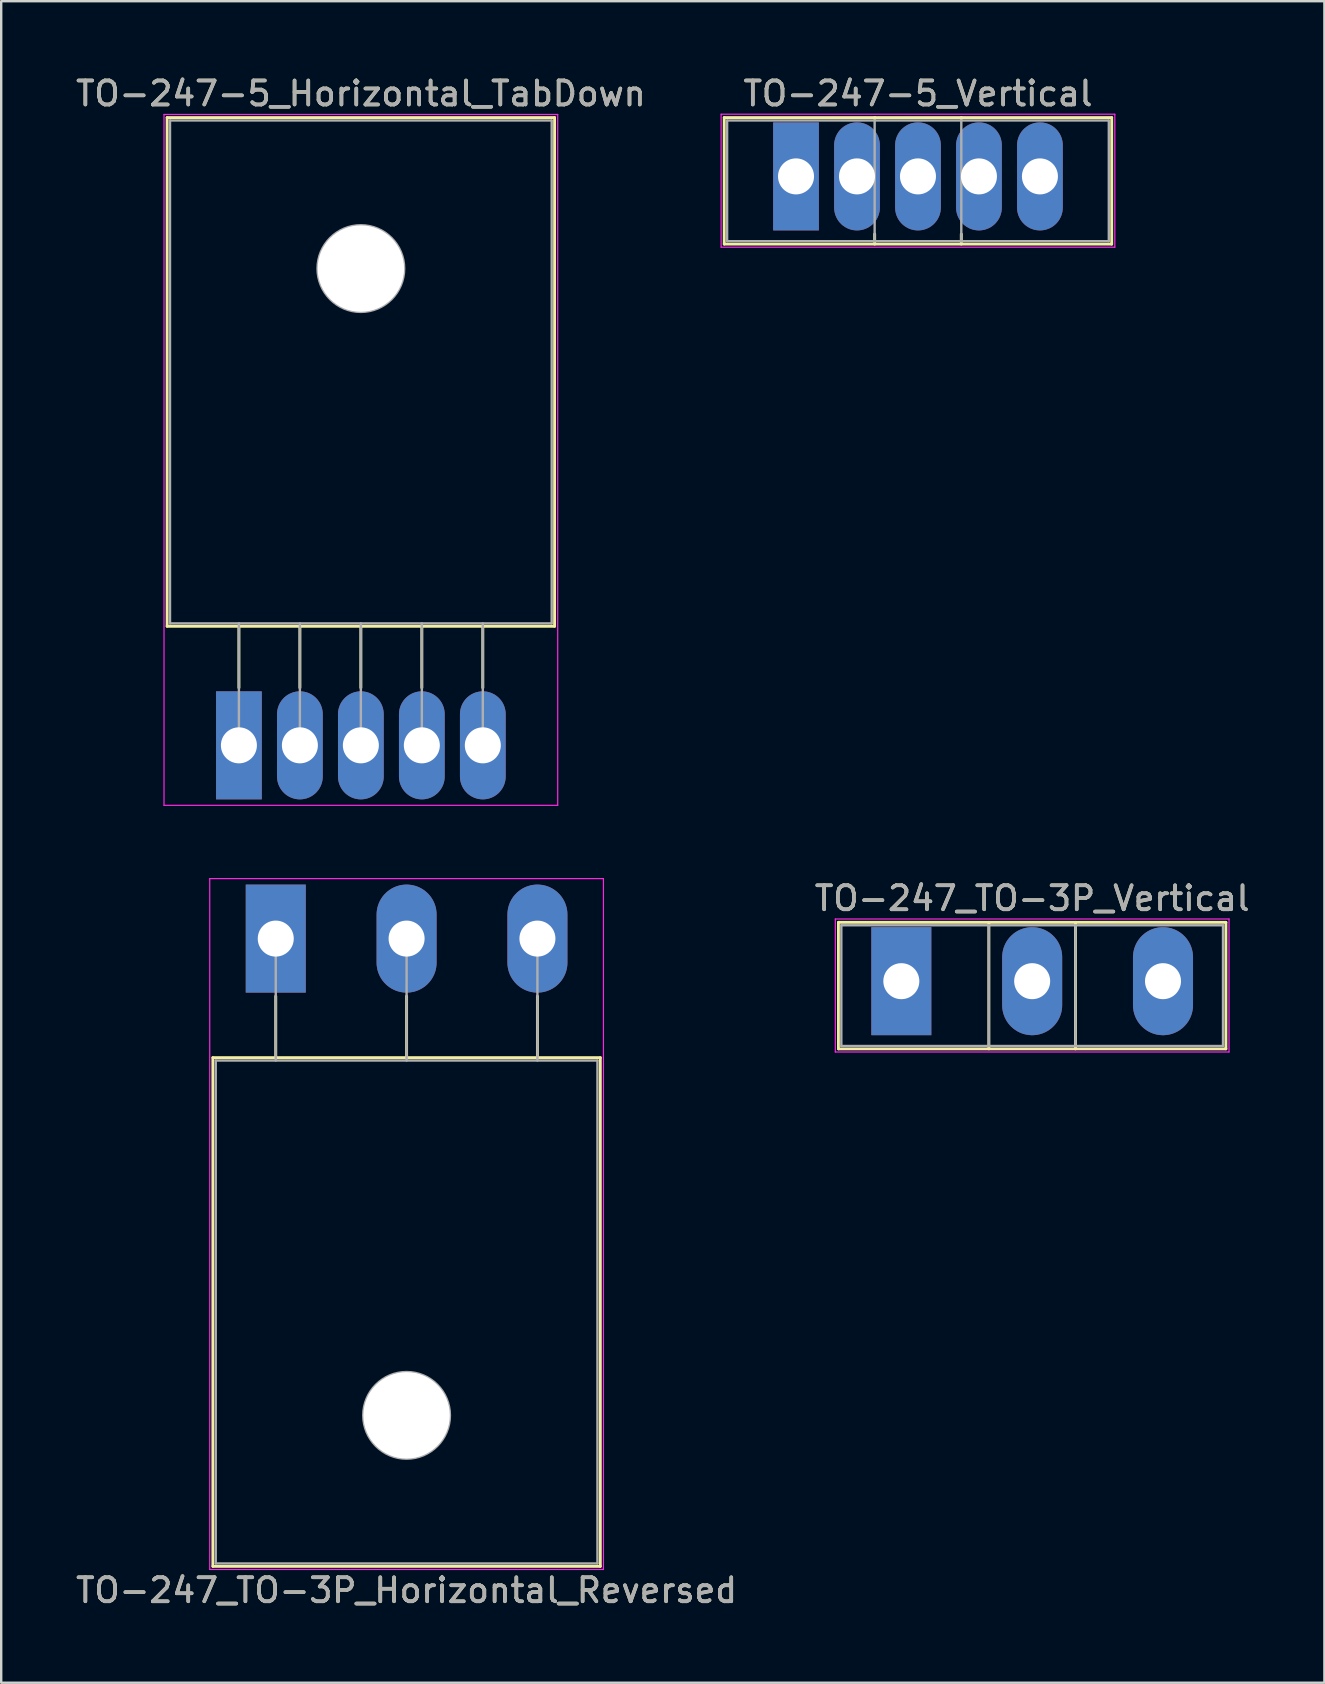
<source format=kicad_pcb>
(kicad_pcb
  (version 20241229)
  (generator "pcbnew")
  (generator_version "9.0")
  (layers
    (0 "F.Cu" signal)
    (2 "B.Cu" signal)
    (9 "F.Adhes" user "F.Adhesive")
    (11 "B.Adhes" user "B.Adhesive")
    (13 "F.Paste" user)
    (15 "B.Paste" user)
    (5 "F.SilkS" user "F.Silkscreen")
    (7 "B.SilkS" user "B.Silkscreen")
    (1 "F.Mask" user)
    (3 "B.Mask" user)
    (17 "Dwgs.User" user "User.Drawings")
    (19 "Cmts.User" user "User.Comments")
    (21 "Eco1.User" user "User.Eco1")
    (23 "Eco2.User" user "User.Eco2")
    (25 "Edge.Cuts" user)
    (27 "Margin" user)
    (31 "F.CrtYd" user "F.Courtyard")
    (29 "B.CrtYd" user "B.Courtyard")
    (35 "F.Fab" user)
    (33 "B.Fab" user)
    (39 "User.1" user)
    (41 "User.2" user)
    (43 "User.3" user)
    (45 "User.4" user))
  (footprint "TO-247-5_Vertical"
    (layer "F.Cu")
    (at 30.109 4.298)
    (property "Reference" "TO-247-5_Vertical" (at 5.08 -3.45 0) (layer "F.SilkS") (effects (font (size 1 1) (thickness 0.15))))
    (attr through_hole)
    (fp_line (start -2.99 -2.451) (end -2.99 2.82) (stroke (width 0.12) (type solid)) (layer "F.SilkS"))
    (fp_line (start -2.99 -2.451) (end 13.15 -2.451) (stroke (width 0.12) (type solid)) (layer "F.SilkS"))
    (fp_line (start -2.99 2.82) (end 13.15 2.82) (stroke (width 0.12) (type solid)) (layer "F.SilkS"))
    (fp_line (start 3.276 -2.451) (end 3.276 -2.4) (stroke (width 0.12) (type solid)) (layer "F.SilkS"))
    (fp_line (start 3.276 2.4) (end 3.276 2.82) (stroke (width 0.12) (type solid)) (layer "F.SilkS"))
    (fp_line (start 6.885 -2.451) (end 6.885 -2.4) (stroke (width 0.12) (type solid)) (layer "F.SilkS"))
    (fp_line (start 6.885 2.4) (end 6.885 2.82) (stroke (width 0.12) (type solid)) (layer "F.SilkS"))
    (fp_line (start 13.15 -2.451) (end 13.15 2.82) (stroke (width 0.12) (type solid)) (layer "F.SilkS"))
    (fp_line (start -3.12 -2.59) (end -3.12 2.95) (stroke (width 0.05) (type solid)) (layer "F.CrtYd"))
    (fp_line (start -3.12 2.95) (end 13.28 2.95) (stroke (width 0.05) (type solid)) (layer "F.CrtYd"))
    (fp_line (start 13.28 -2.59) (end -3.12 -2.59) (stroke (width 0.05) (type solid)) (layer "F.CrtYd"))
    (fp_line (start 13.28 2.95) (end 13.28 -2.59) (stroke (width 0.05) (type solid)) (layer "F.CrtYd"))
    (fp_line (start -2.87 -2.33) (end -2.87 2.7) (stroke (width 0.1) (type solid)) (layer "F.Fab"))
    (fp_line (start -2.87 2.7) (end 13.03 2.7) (stroke (width 0.1) (type solid)) (layer "F.Fab"))
    (fp_line (start 3.275 -2.33) (end 3.275 2.7) (stroke (width 0.1) (type solid)) (layer "F.Fab"))
    (fp_line (start 6.885 -2.33) (end 6.885 2.7) (stroke (width 0.1) (type solid)) (layer "F.Fab"))
    (fp_line (start 13.03 -2.33) (end -2.87 -2.33) (stroke (width 0.1) (type solid)) (layer "F.Fab"))
    (fp_line (start 13.03 2.7) (end 13.03 -2.33) (stroke (width 0.1) (type solid)) (layer "F.Fab"))
    (fp_text user "${REFERENCE}" (at 5.08 -3.45 0) (layer "F.Fab") (effects (font (size 1 1) (thickness 0.15))))
    (pad "1" thru_hole rect (at 0 0) (size 1.905 4.5) (drill 1.5) (layers "*.Cu" "*.Mask"))
    (pad "2" thru_hole oval (at 2.54 0) (size 1.905 4.5) (drill 1.5) (layers "*.Cu" "*.Mask"))
    (pad "3" thru_hole oval (at 5.08 0) (size 1.905 4.5) (drill 1.5) (layers "*.Cu" "*.Mask"))
    (pad "4" thru_hole oval (at 7.62 0) (size 1.905 4.5) (drill 1.5) (layers "*.Cu" "*.Mask"))
    (pad "5" thru_hole oval (at 10.16 0) (size 1.905 4.5) (drill 1.5) (layers "*.Cu" "*.Mask")))
  (footprint "TO-247_TO-3P_Vertical"
    (layer "F.Cu")
    (at 34.496 37.822)
    (property "Reference" "TO-247_TO-3P_Vertical" (at 5.45 -3.45 0) (layer "F.SilkS") (effects (font (size 1 1) (thickness 0.15))))
    (attr through_hole)
    (fp_line (start -2.62 -2.451) (end -2.62 2.82) (stroke (width 0.12) (type solid)) (layer "F.SilkS"))
    (fp_line (start -2.62 -2.451) (end 13.52 -2.451) (stroke (width 0.12) (type solid)) (layer "F.SilkS"))
    (fp_line (start -2.62 2.82) (end 13.52 2.82) (stroke (width 0.12) (type solid)) (layer "F.SilkS"))
    (fp_line (start 3.646 -2.451) (end 3.646 2.82) (stroke (width 0.12) (type solid)) (layer "F.SilkS"))
    (fp_line (start 7.255 -2.451) (end 7.255 2.82) (stroke (width 0.12) (type solid)) (layer "F.SilkS"))
    (fp_line (start 13.52 -2.451) (end 13.52 2.82) (stroke (width 0.12) (type solid)) (layer "F.SilkS"))
    (fp_line (start -2.75 -2.59) (end -2.75 2.95) (stroke (width 0.05) (type solid)) (layer "F.CrtYd"))
    (fp_line (start -2.75 2.95) (end 13.65 2.95) (stroke (width 0.05) (type solid)) (layer "F.CrtYd"))
    (fp_line (start 13.65 -2.59) (end -2.75 -2.59) (stroke (width 0.05) (type solid)) (layer "F.CrtYd"))
    (fp_line (start 13.65 2.95) (end 13.65 -2.59) (stroke (width 0.05) (type solid)) (layer "F.CrtYd"))
    (fp_line (start -2.5 -2.33) (end -2.5 2.7) (stroke (width 0.1) (type solid)) (layer "F.Fab"))
    (fp_line (start -2.5 2.7) (end 13.4 2.7) (stroke (width 0.1) (type solid)) (layer "F.Fab"))
    (fp_line (start 3.645 -2.33) (end 3.645 2.7) (stroke (width 0.1) (type solid)) (layer "F.Fab"))
    (fp_line (start 7.255 -2.33) (end 7.255 2.7) (stroke (width 0.1) (type solid)) (layer "F.Fab"))
    (fp_line (start 13.4 -2.33) (end -2.5 -2.33) (stroke (width 0.1) (type solid)) (layer "F.Fab"))
    (fp_line (start 13.4 2.7) (end 13.4 -2.33) (stroke (width 0.1) (type solid)) (layer "F.Fab"))
    (fp_text user "${REFERENCE}" (at 5.45 -3.45 0) (layer "F.Fab") (effects (font (size 1 1) (thickness 0.15))))
    (pad "1" thru_hole rect (at 0 0) (size 2.5 4.5) (drill 1.5) (layers "*.Cu" "*.Mask"))
    (pad "2" thru_hole oval (at 5.45 0) (size 2.5 4.5) (drill 1.5) (layers "*.Cu" "*.Mask"))
    (pad "3" thru_hole oval (at 10.9 0) (size 2.5 4.5) (drill 1.5) (layers "*.Cu" "*.Mask")))
  (footprint "TO-247-5_Horizontal_TabDown"
    (layer "F.Cu")
    (at 6.902 27.998)
    (property "Reference" "TO-247-5_Horizontal_TabDown" (at 5.08 -27.15 0) (layer "F.SilkS") (effects (font (size 1 1) (thickness 0.15))))
    (attr through_hole)
    (fp_line (start -2.99 -26.15) (end -2.99 -4.96) (stroke (width 0.12) (type solid)) (layer "F.SilkS"))
    (fp_line (start -2.99 -26.15) (end 13.15 -26.15) (stroke (width 0.12) (type solid)) (layer "F.SilkS"))
    (fp_line (start -2.99 -4.96) (end 13.15 -4.96) (stroke (width 0.12) (type solid)) (layer "F.SilkS"))
    (fp_line (start 0 -4.96) (end 0 -2.4) (stroke (width 0.12) (type solid)) (layer "F.SilkS"))
    (fp_line (start 2.54 -4.96) (end 2.54 -2.4) (stroke (width 0.12) (type solid)) (layer "F.SilkS"))
    (fp_line (start 5.08 -4.96) (end 5.08 -2.4) (stroke (width 0.12) (type solid)) (layer "F.SilkS"))
    (fp_line (start 7.62 -4.96) (end 7.62 -2.4) (stroke (width 0.12) (type solid)) (layer "F.SilkS"))
    (fp_line (start 10.16 -4.96) (end 10.16 -2.4) (stroke (width 0.12) (type solid)) (layer "F.SilkS"))
    (fp_line (start 13.15 -26.15) (end 13.15 -4.96) (stroke (width 0.12) (type solid)) (layer "F.SilkS"))
    (fp_line (start -3.12 -26.28) (end -3.12 2.5) (stroke (width 0.05) (type solid)) (layer "F.CrtYd"))
    (fp_line (start -3.12 2.5) (end 13.28 2.5) (stroke (width 0.05) (type solid)) (layer "F.CrtYd"))
    (fp_line (start 13.28 -26.28) (end -3.12 -26.28) (stroke (width 0.05) (type solid)) (layer "F.CrtYd"))
    (fp_line (start 13.28 2.5) (end 13.28 -26.28) (stroke (width 0.05) (type solid)) (layer "F.CrtYd"))
    (fp_line (start -2.87 -26.03) (end 13.03 -26.03) (stroke (width 0.1) (type solid)) (layer "F.Fab"))
    (fp_line (start -2.87 -5.08) (end -2.87 -26.03) (stroke (width 0.1) (type solid)) (layer "F.Fab"))
    (fp_line (start 0 -5.08) (end 0 0) (stroke (width 0.1) (type solid)) (layer "F.Fab"))
    (fp_line (start 2.54 -5.08) (end 2.54 0) (stroke (width 0.1) (type solid)) (layer "F.Fab"))
    (fp_line (start 5.08 -5.08) (end 5.08 0) (stroke (width 0.1) (type solid)) (layer "F.Fab"))
    (fp_line (start 7.62 -5.08) (end 7.62 0) (stroke (width 0.1) (type solid)) (layer "F.Fab"))
    (fp_line (start 10.16 -5.08) (end 10.16 0) (stroke (width 0.1) (type solid)) (layer "F.Fab"))
    (fp_line (start 13.03 -26.03) (end 13.03 -5.08) (stroke (width 0.1) (type solid)) (layer "F.Fab"))
    (fp_line (start 13.03 -5.08) (end -2.87 -5.08) (stroke (width 0.1) (type solid)) (layer "F.Fab"))
    (fp_circle (center 5.08 -19.86) (end 6.885 -19.86) (stroke (width 0.1) (type solid)) (fill no) (layer "F.Fab"))
    (fp_text user "${REFERENCE}" (at 5.08 -27.15 0) (layer "F.Fab") (effects (font (size 1 1) (thickness 0.15))))
    (pad "" np_thru_hole oval (at 5.08 -19.86) (size 3.6 3.6) (drill 3.6) (layers "*.Cu" "*.Mask"))
    (pad "1" thru_hole rect (at 0 0) (size 1.905 4.5) (drill 1.5) (layers "*.Cu" "*.Mask"))
    (pad "2" thru_hole oval (at 2.54 0) (size 1.905 4.5) (drill 1.5) (layers "*.Cu" "*.Mask"))
    (pad "3" thru_hole oval (at 5.08 0) (size 1.905 4.5) (drill 1.5) (layers "*.Cu" "*.Mask"))
    (pad "4" thru_hole oval (at 7.62 0) (size 1.905 4.5) (drill 1.5) (layers "*.Cu" "*.Mask"))
    (pad "5" thru_hole oval (at 10.16 0) (size 1.905 4.5) (drill 1.5) (layers "*.Cu" "*.Mask")))
  (footprint "TO-247_TO-3P_Horizontal_Reversed"
    (layer "F.Cu")
    (at 8.437 36.048)
    (property "Reference" "TO-247_TO-3P_Horizontal_Reversed" (at 5.45 27.15 0) (layer "F.SilkS") (effects (font (size 1 1) (thickness 0.15))))
    (attr through_hole)
    (fp_line (start -2.62 4.96) (end -2.62 26.15) (stroke (width 0.12) (type solid)) (layer "F.SilkS"))
    (fp_line (start -2.62 4.96) (end 13.52 4.96) (stroke (width 0.12) (type solid)) (layer "F.SilkS"))
    (fp_line (start -2.62 26.15) (end 13.52 26.15) (stroke (width 0.12) (type solid)) (layer "F.SilkS"))
    (fp_line (start 0 2.4) (end 0 4.96) (stroke (width 0.12) (type solid)) (layer "F.SilkS"))
    (fp_line (start 5.45 2.4) (end 5.45 4.96) (stroke (width 0.12) (type solid)) (layer "F.SilkS"))
    (fp_line (start 10.9 2.4) (end 10.9 4.96) (stroke (width 0.12) (type solid)) (layer "F.SilkS"))
    (fp_line (start 13.52 4.96) (end 13.52 26.15) (stroke (width 0.12) (type solid)) (layer "F.SilkS"))
    (fp_line (start -2.75 -2.5) (end -2.75 26.28) (stroke (width 0.05) (type solid)) (layer "F.CrtYd"))
    (fp_line (start -2.75 26.28) (end 13.65 26.28) (stroke (width 0.05) (type solid)) (layer "F.CrtYd"))
    (fp_line (start 13.65 -2.5) (end -2.75 -2.5) (stroke (width 0.05) (type solid)) (layer "F.CrtYd"))
    (fp_line (start 13.65 26.28) (end 13.65 -2.5) (stroke (width 0.05) (type solid)) (layer "F.CrtYd"))
    (fp_line (start -2.5 5.08) (end -2.5 26.03) (stroke (width 0.1) (type solid)) (layer "F.Fab"))
    (fp_line (start -2.5 26.03) (end 13.4 26.03) (stroke (width 0.1) (type solid)) (layer "F.Fab"))
    (fp_line (start 0 5.08) (end 0 0) (stroke (width 0.1) (type solid)) (layer "F.Fab"))
    (fp_line (start 5.45 5.08) (end 5.45 0) (stroke (width 0.1) (type solid)) (layer "F.Fab"))
    (fp_line (start 10.9 5.08) (end 10.9 0) (stroke (width 0.1) (type solid)) (layer "F.Fab"))
    (fp_line (start 13.4 5.08) (end -2.5 5.08) (stroke (width 0.1) (type solid)) (layer "F.Fab"))
    (fp_line (start 13.4 26.03) (end 13.4 5.08) (stroke (width 0.1) (type solid)) (layer "F.Fab"))
    (fp_circle (center 5.45 19.86) (end 7.255 19.86) (stroke (width 0.1) (type solid)) (fill no) (layer "F.Fab"))
    (fp_text user "${REFERENCE}" (at 5.45 27.15 0) (layer "F.Fab") (effects (font (size 1 1) (thickness 0.15))))
    (pad "" np_thru_hole oval (at 5.45 19.86) (size 3.6 3.6) (drill 3.6) (layers "*.Cu" "*.Mask"))
    (pad "1" thru_hole rect (at 0 0) (size 2.5 4.5) (drill 1.5) (layers "*.Cu" "*.Mask"))
    (pad "2" thru_hole oval (at 5.45 0) (size 2.5 4.5) (drill 1.5) (layers "*.Cu" "*.Mask"))
    (pad "3" thru_hole oval (at 10.9 0) (size 2.5 4.5) (drill 1.5) (layers "*.Cu" "*.Mask")))
  (gr_rect
    (start -3 -3)
    (end 52.119 67.046)
    (stroke (width 0.1) (type default))
    (fill no)
    (layer "Edge.Cuts")))
</source>
